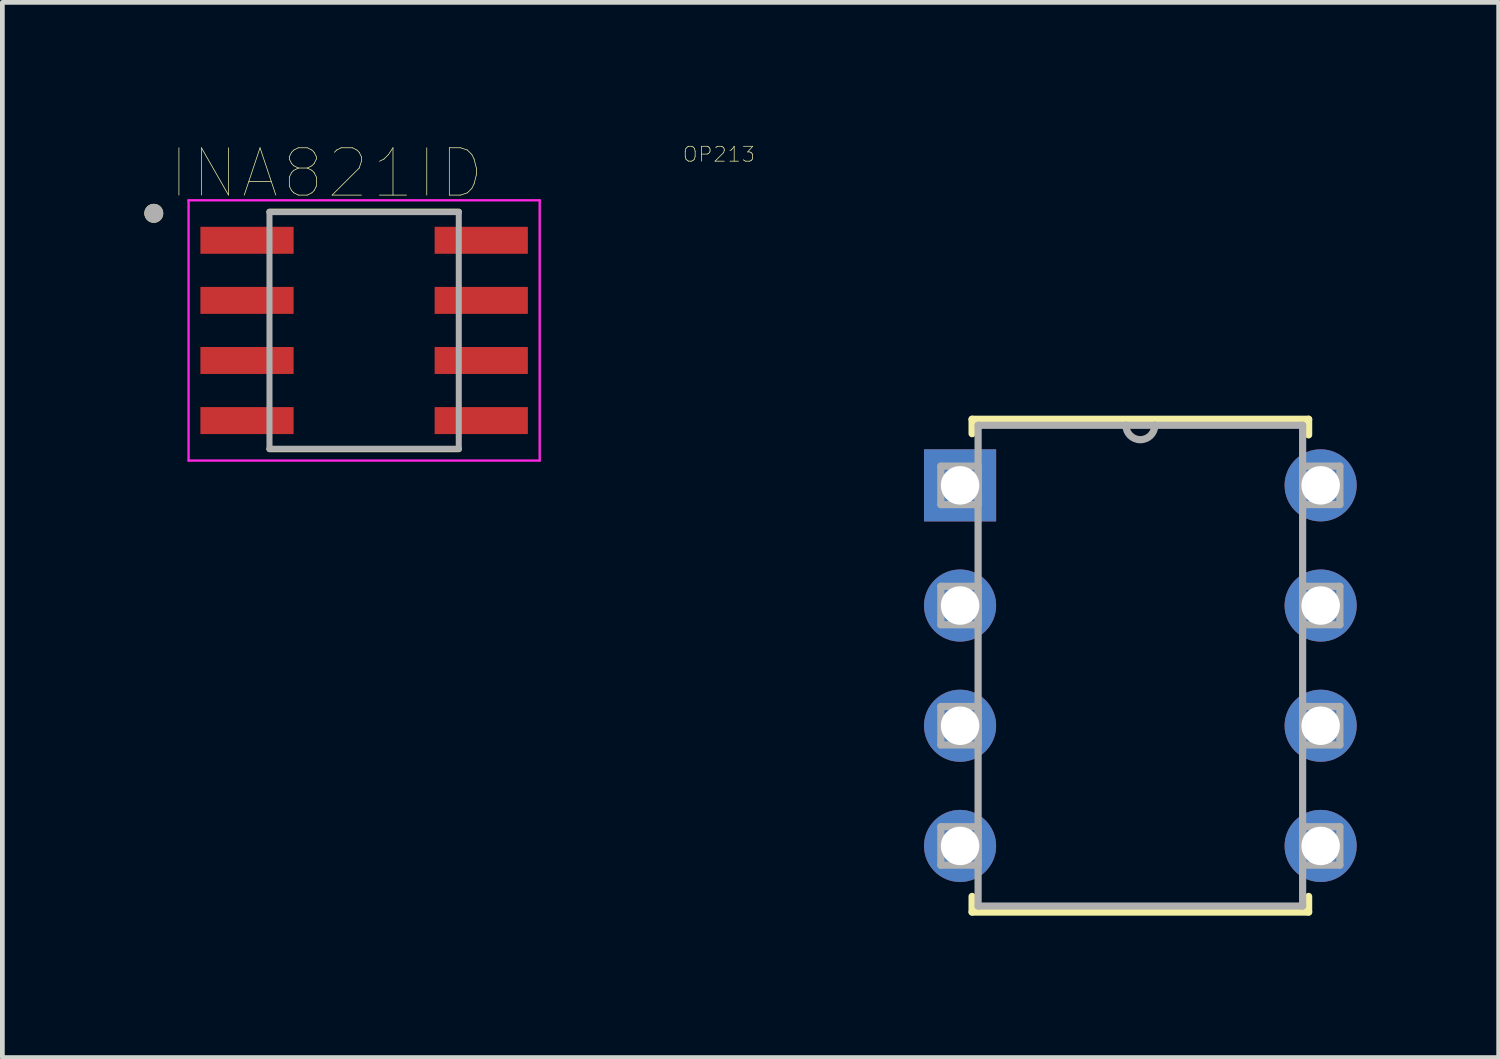
<source format=kicad_pcb>
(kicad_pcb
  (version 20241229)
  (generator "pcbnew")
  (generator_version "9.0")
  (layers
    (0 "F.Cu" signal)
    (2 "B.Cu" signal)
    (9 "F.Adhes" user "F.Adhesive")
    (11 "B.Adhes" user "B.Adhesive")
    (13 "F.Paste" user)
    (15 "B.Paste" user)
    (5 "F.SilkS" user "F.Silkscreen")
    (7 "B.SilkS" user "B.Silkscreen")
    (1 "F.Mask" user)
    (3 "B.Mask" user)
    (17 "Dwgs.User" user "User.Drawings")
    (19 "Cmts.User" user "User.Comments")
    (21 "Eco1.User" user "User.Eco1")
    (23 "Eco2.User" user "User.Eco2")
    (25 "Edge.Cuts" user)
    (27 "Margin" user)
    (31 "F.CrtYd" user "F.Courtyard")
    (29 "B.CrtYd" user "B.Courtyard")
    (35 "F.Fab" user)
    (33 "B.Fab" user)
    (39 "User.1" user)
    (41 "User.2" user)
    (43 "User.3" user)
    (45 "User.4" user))
  (footprint "INA821ID"
    (layer "F.Cu")
    (at 4.645 3.933)
    (property "Reference" "INA821ID" (at -0.795 -3.322 0) (layer "F.SilkS") (effects (font (size 1 1) (thickness 0.015))))
    (attr through_hole)
    (fp_line (start -2 -2.51) (end 2 -2.51) (stroke (width 0.127) (type solid)) (layer "F.SilkS"))
    (fp_line (start -2 2.51) (end 2 2.51) (stroke (width 0.127) (type solid)) (layer "F.SilkS"))
    (fp_circle (center -4.445 -2.475) (end -4.345 -2.475) (stroke (width 0.2) (type solid)) (fill no) (layer "F.SilkS"))
    (fp_line (start -3.71 -2.75) (end -3.71 2.75) (stroke (width 0.05) (type solid)) (layer "F.CrtYd"))
    (fp_line (start -3.71 -2.75) (end 3.71 -2.75) (stroke (width 0.05) (type solid)) (layer "F.CrtYd"))
    (fp_line (start -3.71 2.75) (end 3.71 2.75) (stroke (width 0.05) (type solid)) (layer "F.CrtYd"))
    (fp_line (start 3.71 -2.75) (end 3.71 2.75) (stroke (width 0.05) (type solid)) (layer "F.CrtYd"))
    (fp_line (start -2 -2.5) (end -2 2.5) (stroke (width 0.127) (type solid)) (layer "F.Fab"))
    (fp_line (start -2 -2.5) (end 2 -2.5) (stroke (width 0.127) (type solid)) (layer "F.Fab"))
    (fp_line (start -2 2.5) (end 2 2.5) (stroke (width 0.127) (type solid)) (layer "F.Fab"))
    (fp_line (start 2 -2.5) (end 2 2.5) (stroke (width 0.127) (type solid)) (layer "F.Fab"))
    (fp_circle (center -4.445 -2.475) (end -4.345 -2.475) (stroke (width 0.2) (type solid)) (fill no) (layer "F.Fab"))
    (pad "1" smd rect (at -2.475 -1.905) (size 1.97 0.57) (layers "F.Cu" "F.Mask" "F.Paste"))
    (pad "2" smd rect (at -2.475 -0.635) (size 1.97 0.57) (layers "F.Cu" "F.Mask" "F.Paste"))
    (pad "3" smd rect (at -2.475 0.635) (size 1.97 0.57) (layers "F.Cu" "F.Mask" "F.Paste"))
    (pad "4" smd rect (at -2.475 1.905) (size 1.97 0.57) (layers "F.Cu" "F.Mask" "F.Paste"))
    (pad "5" smd rect (at 2.475 1.905) (size 1.97 0.57) (layers "F.Cu" "F.Mask" "F.Paste"))
    (pad "6" smd rect (at 2.475 0.635) (size 1.97 0.57) (layers "F.Cu" "F.Mask" "F.Paste"))
    (pad "7" smd rect (at 2.475 -0.635) (size 1.97 0.57) (layers "F.Cu" "F.Mask" "F.Paste"))
    (pad "8" smd rect (at 2.475 -1.905) (size 1.97 0.57) (layers "F.Cu" "F.Mask" "F.Paste")))
  (footprint "OP213"
    (layer "F.Cu")
    (at 24.859 14.827)
    (property "Reference" "OP213" (at -12.716 -14.616 0) (layer "F.SilkS") (effects (font (size 0.315 0.315) (thickness 0.015))))
    (attr through_hole)
    (fp_line (start -7.366 -9.017) (end -7.366 -8.712) (stroke (width 0.152) (type solid)) (layer "F.SilkS"))
    (fp_line (start -7.366 1.067) (end -7.366 1.397) (stroke (width 0.152) (type solid)) (layer "F.SilkS"))
    (fp_line (start -7.366 1.397) (end -0.254 1.397) (stroke (width 0.152) (type solid)) (layer "F.SilkS"))
    (fp_line (start -0.254 -9.017) (end -7.366 -9.017) (stroke (width 0.152) (type solid)) (layer "F.SilkS"))
    (fp_line (start -0.254 -8.687) (end -0.254 -9.017) (stroke (width 0.152) (type solid)) (layer "F.SilkS"))
    (fp_line (start -0.254 1.397) (end -0.254 1.067) (stroke (width 0.152) (type solid)) (layer "F.SilkS"))
    (fp_line (start -8.026 -8.026) (end -8.026 -7.214) (stroke (width 0.152) (type solid)) (layer "F.Fab"))
    (fp_line (start -8.026 -7.214) (end -7.239 -7.214) (stroke (width 0.152) (type solid)) (layer "F.Fab"))
    (fp_line (start -8.026 -5.486) (end -8.026 -4.674) (stroke (width 0.152) (type solid)) (layer "F.Fab"))
    (fp_line (start -8.026 -4.674) (end -7.239 -4.674) (stroke (width 0.152) (type solid)) (layer "F.Fab"))
    (fp_line (start -8.026 -2.946) (end -8.026 -2.134) (stroke (width 0.152) (type solid)) (layer "F.Fab"))
    (fp_line (start -8.026 -2.134) (end -7.239 -2.134) (stroke (width 0.152) (type solid)) (layer "F.Fab"))
    (fp_line (start -8.026 -0.406) (end -8.026 0.406) (stroke (width 0.152) (type solid)) (layer "F.Fab"))
    (fp_line (start -8.026 0.406) (end -7.239 0.406) (stroke (width 0.152) (type solid)) (layer "F.Fab"))
    (fp_line (start -7.239 -8.89) (end -7.239 1.27) (stroke (width 0.152) (type solid)) (layer "F.Fab"))
    (fp_line (start -7.239 -8.026) (end -8.026 -8.026) (stroke (width 0.152) (type solid)) (layer "F.Fab"))
    (fp_line (start -7.239 -7.214) (end -7.239 -8.026) (stroke (width 0.152) (type solid)) (layer "F.Fab"))
    (fp_line (start -7.239 -5.486) (end -8.026 -5.486) (stroke (width 0.152) (type solid)) (layer "F.Fab"))
    (fp_line (start -7.239 -4.674) (end -7.239 -5.486) (stroke (width 0.152) (type solid)) (layer "F.Fab"))
    (fp_line (start -7.239 -2.946) (end -8.026 -2.946) (stroke (width 0.152) (type solid)) (layer "F.Fab"))
    (fp_line (start -7.239 -2.134) (end -7.239 -2.946) (stroke (width 0.152) (type solid)) (layer "F.Fab"))
    (fp_line (start -7.239 -0.406) (end -8.026 -0.406) (stroke (width 0.152) (type solid)) (layer "F.Fab"))
    (fp_line (start -7.239 0.406) (end -7.239 -0.406) (stroke (width 0.152) (type solid)) (layer "F.Fab"))
    (fp_line (start -7.239 1.27) (end -0.381 1.27) (stroke (width 0.152) (type solid)) (layer "F.Fab"))
    (fp_line (start -4.115 -8.89) (end -7.239 -8.89) (stroke (width 0.152) (type solid)) (layer "F.Fab"))
    (fp_line (start -3.505 -8.89) (end -4.115 -8.89) (stroke (width 0.152) (type solid)) (layer "F.Fab"))
    (fp_line (start -0.381 -8.89) (end -3.505 -8.89) (stroke (width 0.152) (type solid)) (layer "F.Fab"))
    (fp_line (start -0.381 -8.026) (end -0.381 -7.214) (stroke (width 0.152) (type solid)) (layer "F.Fab"))
    (fp_line (start -0.381 -7.214) (end 0.406 -7.214) (stroke (width 0.152) (type solid)) (layer "F.Fab"))
    (fp_line (start -0.381 -5.486) (end -0.381 -4.674) (stroke (width 0.152) (type solid)) (layer "F.Fab"))
    (fp_line (start -0.381 -4.674) (end 0.406 -4.674) (stroke (width 0.152) (type solid)) (layer "F.Fab"))
    (fp_line (start -0.381 -2.946) (end -0.381 -2.134) (stroke (width 0.152) (type solid)) (layer "F.Fab"))
    (fp_line (start -0.381 -2.134) (end 0.406 -2.134) (stroke (width 0.152) (type solid)) (layer "F.Fab"))
    (fp_line (start -0.381 -0.406) (end -0.381 0.406) (stroke (width 0.152) (type solid)) (layer "F.Fab"))
    (fp_line (start -0.381 0.406) (end 0.406 0.406) (stroke (width 0.152) (type solid)) (layer "F.Fab"))
    (fp_line (start -0.381 1.27) (end -0.381 -8.89) (stroke (width 0.152) (type solid)) (layer "F.Fab"))
    (fp_line (start 0.406 -8.026) (end -0.381 -8.026) (stroke (width 0.152) (type solid)) (layer "F.Fab"))
    (fp_line (start 0.406 -7.214) (end 0.406 -8.026) (stroke (width 0.152) (type solid)) (layer "F.Fab"))
    (fp_line (start 0.406 -5.486) (end -0.381 -5.486) (stroke (width 0.152) (type solid)) (layer "F.Fab"))
    (fp_line (start 0.406 -4.674) (end 0.406 -5.486) (stroke (width 0.152) (type solid)) (layer "F.Fab"))
    (fp_line (start 0.406 -2.946) (end -0.381 -2.946) (stroke (width 0.152) (type solid)) (layer "F.Fab"))
    (fp_line (start 0.406 -2.134) (end 0.406 -2.946) (stroke (width 0.152) (type solid)) (layer "F.Fab"))
    (fp_line (start 0.406 -0.406) (end -0.381 -0.406) (stroke (width 0.152) (type solid)) (layer "F.Fab"))
    (fp_line (start 0.406 0.406) (end 0.406 -0.406) (stroke (width 0.152) (type solid)) (layer "F.Fab"))
    (fp_arc (start -3.5052 -8.89) (mid -3.81 -8.5852) (end -4.1148 -8.89) (stroke (width 0.1524) (type solid)) (layer "F.Fab"))
    (pad "1" thru_hole rect (at -7.62 -7.62) (size 1.524 1.524) (drill 0.813) (layers "*.Cu" "*.Mask"))
    (pad "2" thru_hole circle (at -7.62 -5.08) (size 1.524 1.524) (drill 0.813) (layers "*.Cu" "*.Mask"))
    (pad "3" thru_hole circle (at -7.62 -2.54) (size 1.524 1.524) (drill 0.813) (layers "*.Cu" "*.Mask"))
    (pad "4" thru_hole circle (at -7.62 0) (size 1.524 1.524) (drill 0.813) (layers "*.Cu" "*.Mask"))
    (pad "5" thru_hole circle (at 0 0) (size 1.524 1.524) (drill 0.813) (layers "*.Cu" "*.Mask"))
    (pad "6" thru_hole circle (at 0 -2.54) (size 1.524 1.524) (drill 0.813) (layers "*.Cu" "*.Mask"))
    (pad "7" thru_hole circle (at 0 -5.08) (size 1.524 1.524) (drill 0.813) (layers "*.Cu" "*.Mask"))
    (pad "8" thru_hole circle (at 0 -7.62) (size 1.524 1.524) (drill 0.813) (layers "*.Cu" "*.Mask")))
  (gr_rect
    (start -3 -3)
    (end 28.621 19.3)
    (stroke (width 0.1) (type default))
    (fill no)
    (layer "Edge.Cuts")))
</source>
